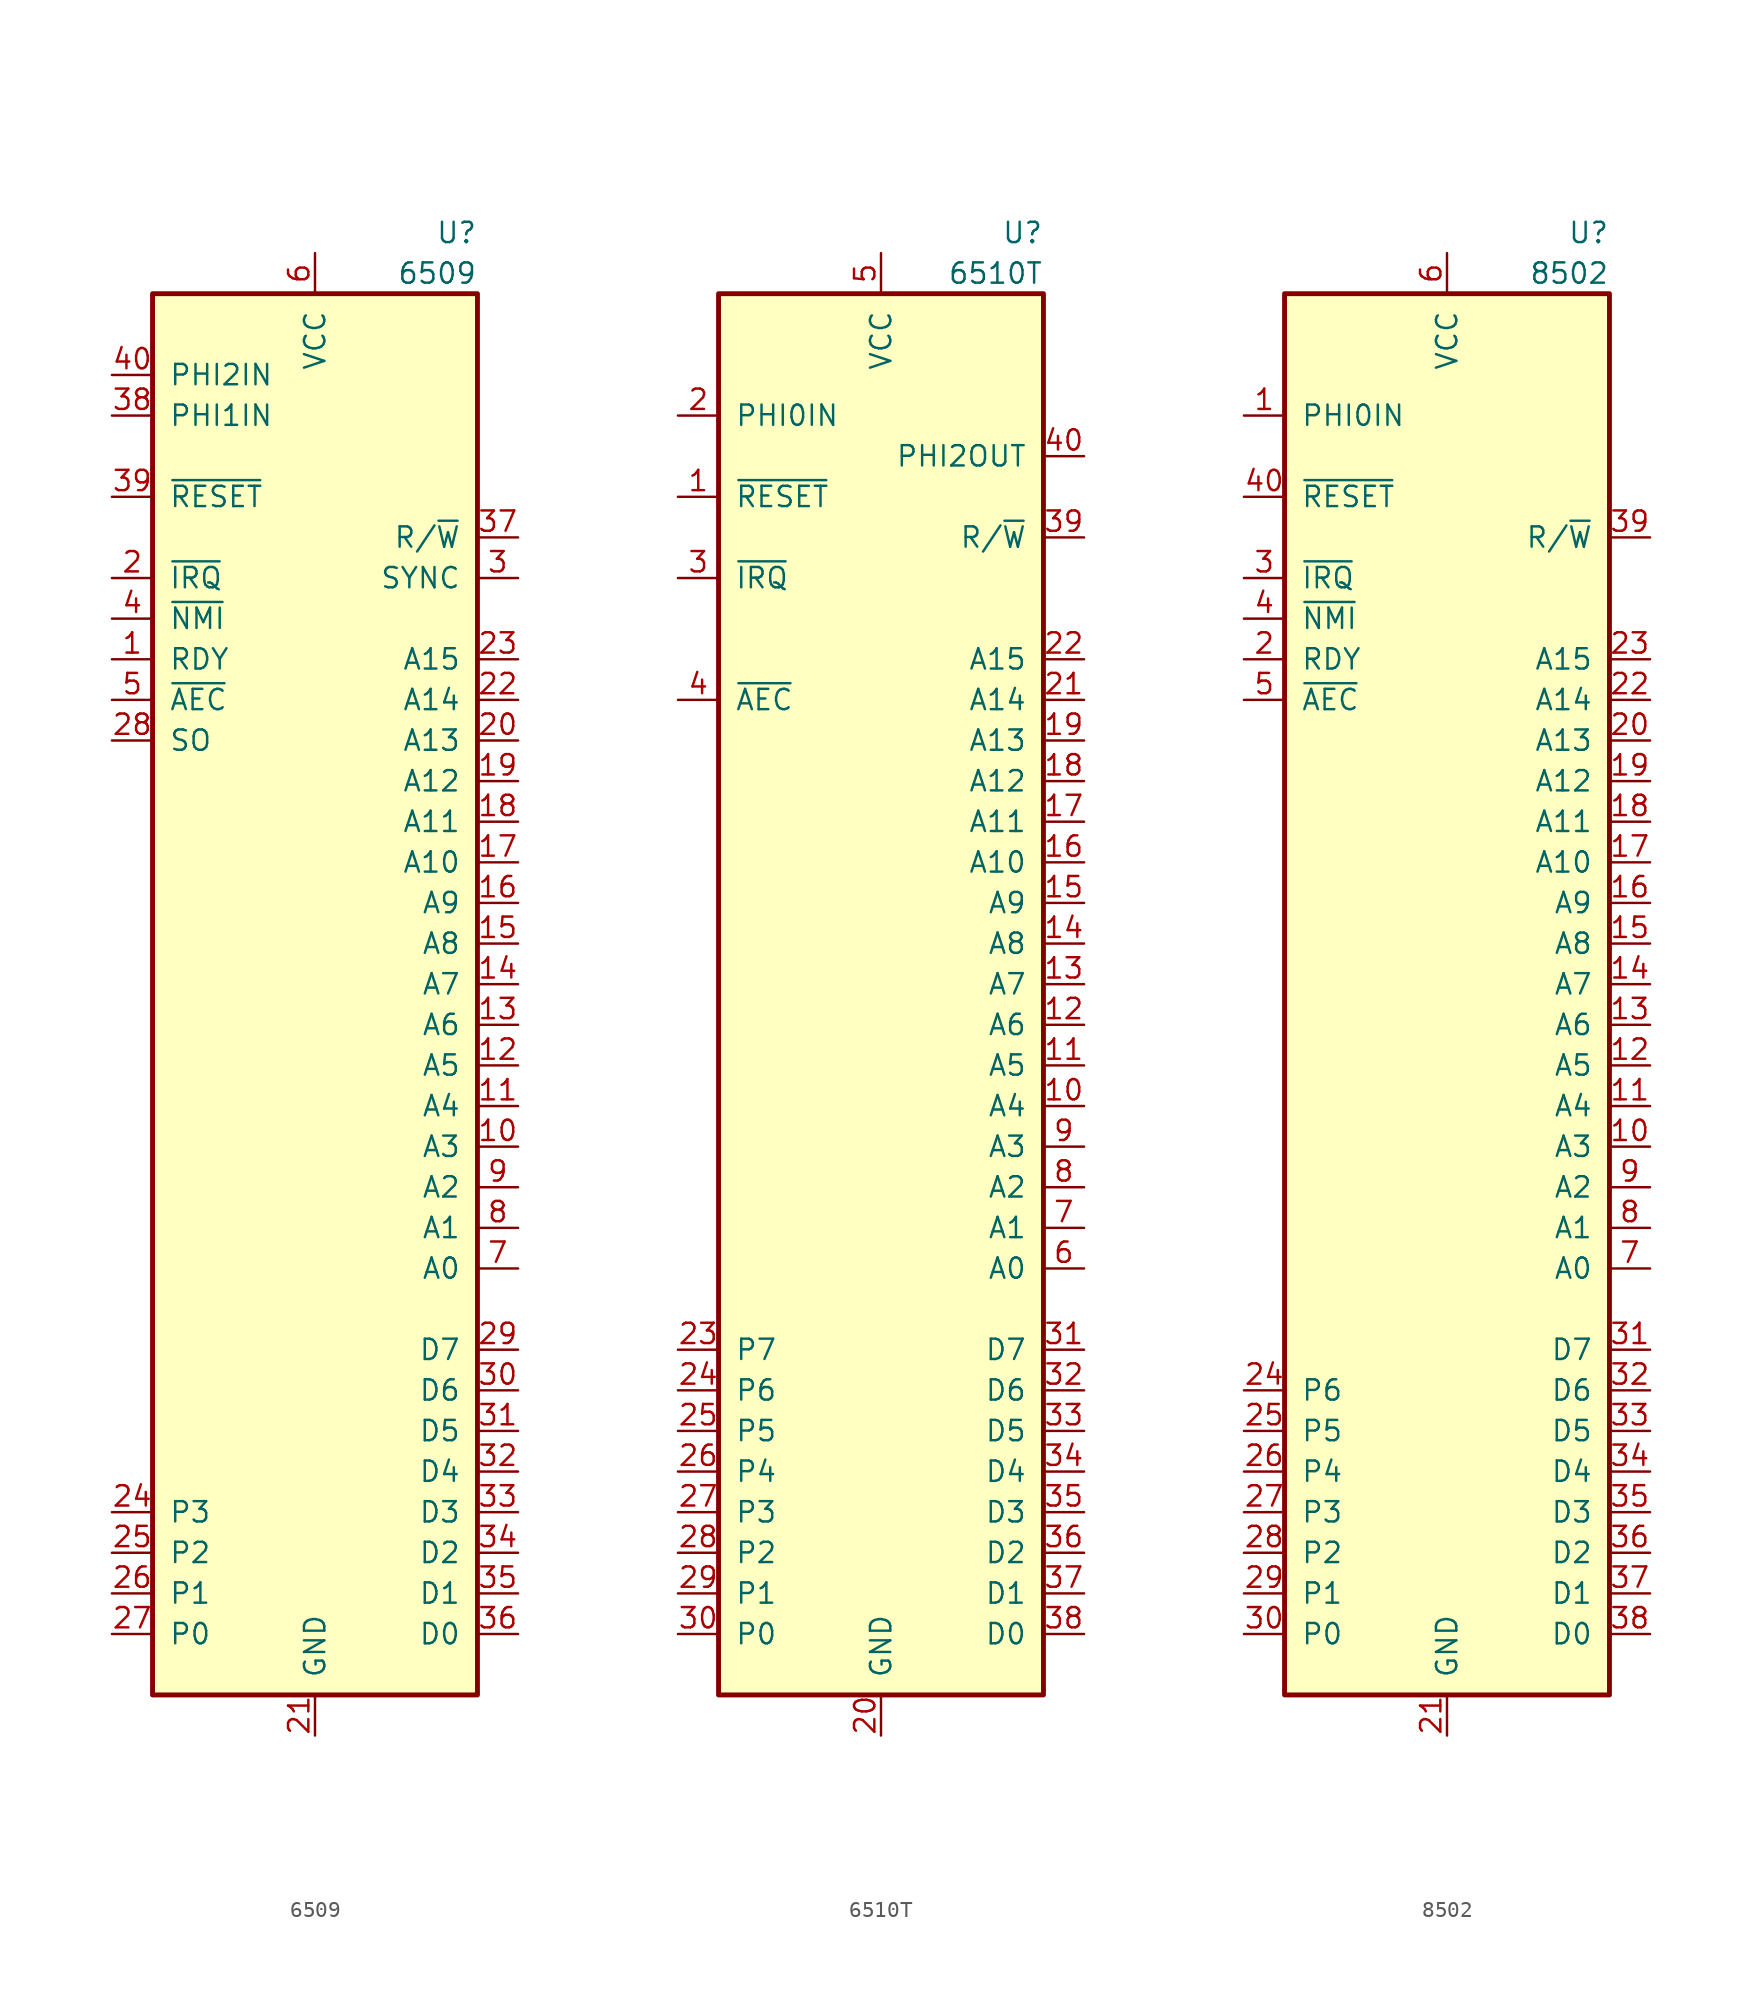
<source format=kicad_sym>
(kicad_symbol_lib
  (version 20210619)
  (generator kicad_symbol_editor)
  (symbol "6510:6509"
    (pin_names
      (offset 1.016))
    (property "Reference" "U"
      (at 10.16 49.53 0)
      (effects (font (size 1.27 1.27)) (justify right)))
    (property "Value" "6509"
      (at 10.16 46.99 0)
      (effects (font (size 1.27 1.27)) (justify right)))
    (symbol "6509_1_1"
      (rectangle (start -10.16 45.72) (end 10.16 -41.91) (stroke (width 0.305)) (fill (type background)))
      (pin input line (at -12.7 22.86 0) (length 2.54) (name "RDY" (effects (font (size 1.27 1.27)))) (number "1" (effects (font (size 1.27 1.27)))))
      (pin tri_state line (at 12.7 -7.62 180) (length 2.54) (name "A3" (effects (font (size 1.27 1.27)))) (number "10" (effects (font (size 1.27 1.27)))))
      (pin tri_state line (at 12.7 -5.08 180) (length 2.54) (name "A4" (effects (font (size 1.27 1.27)))) (number "11" (effects (font (size 1.27 1.27)))))
      (pin tri_state line (at 12.7 -2.54 180) (length 2.54) (name "A5" (effects (font (size 1.27 1.27)))) (number "12" (effects (font (size 1.27 1.27)))))
      (pin tri_state line (at 12.7 0 180) (length 2.54) (name "A6" (effects (font (size 1.27 1.27)))) (number "13" (effects (font (size 1.27 1.27)))))
      (pin tri_state line (at 12.7 2.54 180) (length 2.54) (name "A7" (effects (font (size 1.27 1.27)))) (number "14" (effects (font (size 1.27 1.27)))))
      (pin tri_state line (at 12.7 5.08 180) (length 2.54) (name "A8" (effects (font (size 1.27 1.27)))) (number "15" (effects (font (size 1.27 1.27)))))
      (pin tri_state line (at 12.7 7.62 180) (length 2.54) (name "A9" (effects (font (size 1.27 1.27)))) (number "16" (effects (font (size 1.27 1.27)))))
      (pin tri_state line (at 12.7 10.16 180) (length 2.54) (name "A10" (effects (font (size 1.27 1.27)))) (number "17" (effects (font (size 1.27 1.27)))))
      (pin tri_state line (at 12.7 12.7 180) (length 2.54) (name "A11" (effects (font (size 1.27 1.27)))) (number "18" (effects (font (size 1.27 1.27)))))
      (pin tri_state line (at 12.7 15.24 180) (length 2.54) (name "A12" (effects (font (size 1.27 1.27)))) (number "19" (effects (font (size 1.27 1.27)))))
      (pin input line (at -12.7 27.94 0) (length 2.54) (name "~{IRQ}" (effects (font (size 1.27 1.27)))) (number "2" (effects (font (size 1.27 1.27)))))
      (pin tri_state line (at 12.7 17.78 180) (length 2.54) (name "A13" (effects (font (size 1.27 1.27)))) (number "20" (effects (font (size 1.27 1.27)))))
      (pin power_in line (at 0 -44.45 90) (length 2.54) (name "GND" (effects (font (size 1.27 1.27)))) (number "21" (effects (font (size 1.27 1.27)))))
      (pin tri_state line (at 12.7 20.32 180) (length 2.54) (name "A14" (effects (font (size 1.27 1.27)))) (number "22" (effects (font (size 1.27 1.27)))))
      (pin tri_state line (at 12.7 22.86 180) (length 2.54) (name "A15" (effects (font (size 1.27 1.27)))) (number "23" (effects (font (size 1.27 1.27)))))
      (pin bidirectional line (at -12.7 -30.48 0) (length 2.54) (name "P3" (effects (font (size 1.27 1.27)))) (number "24" (effects (font (size 1.27 1.27)))))
      (pin bidirectional line (at -12.7 -33.02 0) (length 2.54) (name "P2" (effects (font (size 1.27 1.27)))) (number "25" (effects (font (size 1.27 1.27)))))
      (pin bidirectional line (at -12.7 -35.56 0) (length 2.54) (name "P1" (effects (font (size 1.27 1.27)))) (number "26" (effects (font (size 1.27 1.27)))))
      (pin bidirectional line (at -12.7 -38.1 0) (length 2.54) (name "P0" (effects (font (size 1.27 1.27)))) (number "27" (effects (font (size 1.27 1.27)))))
      (pin input line (at -12.7 17.78 0) (length 2.54) (name "SO" (effects (font (size 1.27 1.27)))) (number "28" (effects (font (size 1.27 1.27)))))
      (pin tri_state line (at 12.7 -20.32 180) (length 2.54) (name "D7" (effects (font (size 1.27 1.27)))) (number "29" (effects (font (size 1.27 1.27)))))
      (pin output line (at 12.7 27.94 180) (length 2.54) (name "SYNC" (effects (font (size 1.27 1.27)))) (number "3" (effects (font (size 1.27 1.27)))))
      (pin tri_state line (at 12.7 -22.86 180) (length 2.54) (name "D6" (effects (font (size 1.27 1.27)))) (number "30" (effects (font (size 1.27 1.27)))))
      (pin tri_state line (at 12.7 -25.4 180) (length 2.54) (name "D5" (effects (font (size 1.27 1.27)))) (number "31" (effects (font (size 1.27 1.27)))))
      (pin tri_state line (at 12.7 -27.94 180) (length 2.54) (name "D4" (effects (font (size 1.27 1.27)))) (number "32" (effects (font (size 1.27 1.27)))))
      (pin tri_state line (at 12.7 -30.48 180) (length 2.54) (name "D3" (effects (font (size 1.27 1.27)))) (number "33" (effects (font (size 1.27 1.27)))))
      (pin tri_state line (at 12.7 -33.02 180) (length 2.54) (name "D2" (effects (font (size 1.27 1.27)))) (number "34" (effects (font (size 1.27 1.27)))))
      (pin tri_state line (at 12.7 -35.56 180) (length 2.54) (name "D1" (effects (font (size 1.27 1.27)))) (number "35" (effects (font (size 1.27 1.27)))))
      (pin tri_state line (at 12.7 -38.1 180) (length 2.54) (name "D0" (effects (font (size 1.27 1.27)))) (number "36" (effects (font (size 1.27 1.27)))))
      (pin output line (at 12.7 30.48 180) (length 2.54) (name "R/~{W}" (effects (font (size 1.27 1.27)))) (number "37" (effects (font (size 1.27 1.27)))))
      (pin input line (at -12.7 38.1 0) (length 2.54) (name "PHI1IN" (effects (font (size 1.27 1.27)))) (number "38" (effects (font (size 1.27 1.27)))))
      (pin input line (at -12.7 33.02 0) (length 2.54) (name "~{RESET}" (effects (font (size 1.27 1.27)))) (number "39" (effects (font (size 1.27 1.27)))))
      (pin input line (at -12.7 25.4 0) (length 2.54) (name "~{NMI}" (effects (font (size 1.27 1.27)))) (number "4" (effects (font (size 1.27 1.27)))))
      (pin input line (at -12.7 40.64 0) (length 2.54) (name "PHI2IN" (effects (font (size 1.27 1.27)))) (number "40" (effects (font (size 1.27 1.27)))))
      (pin input line (at -12.7 20.32 0) (length 2.54) (name "~{AEC}" (effects (font (size 1.27 1.27)))) (number "5" (effects (font (size 1.27 1.27)))))
      (pin power_in line (at 0 48.26 270) (length 2.54) (name "VCC" (effects (font (size 1.27 1.27)))) (number "6" (effects (font (size 1.27 1.27)))))
      (pin tri_state line (at 12.7 -15.24 180) (length 2.54) (name "A0" (effects (font (size 1.27 1.27)))) (number "7" (effects (font (size 1.27 1.27)))))
      (pin tri_state line (at 12.7 -12.7 180) (length 2.54) (name "A1" (effects (font (size 1.27 1.27)))) (number "8" (effects (font (size 1.27 1.27)))))
      (pin tri_state line (at 12.7 -10.16 180) (length 2.54) (name "A2" (effects (font (size 1.27 1.27)))) (number "9" (effects (font (size 1.27 1.27)))))))
  (symbol "6510:6510T"
    (pin_names
      (offset 1.016))
    (property "Reference" "U"
      (at 10.16 49.53 0)
      (effects (font (size 1.27 1.27)) (justify right)))
    (property "Value" "6510T"
      (at 10.16 46.99 0)
      (effects (font (size 1.27 1.27)) (justify right)))
    (symbol "6510T_1_1"
      (rectangle (start -10.16 45.72) (end 10.16 -41.91) (stroke (width 0.305)) (fill (type background)))
      (pin input line (at -12.7 33.02 0) (length 2.54) (name "~{RESET}" (effects (font (size 1.27 1.27)))) (number "1" (effects (font (size 1.27 1.27)))))
      (pin tri_state line (at 12.7 -5.08 180) (length 2.54) (name "A4" (effects (font (size 1.27 1.27)))) (number "10" (effects (font (size 1.27 1.27)))))
      (pin tri_state line (at 12.7 -2.54 180) (length 2.54) (name "A5" (effects (font (size 1.27 1.27)))) (number "11" (effects (font (size 1.27 1.27)))))
      (pin tri_state line (at 12.7 0 180) (length 2.54) (name "A6" (effects (font (size 1.27 1.27)))) (number "12" (effects (font (size 1.27 1.27)))))
      (pin tri_state line (at 12.7 2.54 180) (length 2.54) (name "A7" (effects (font (size 1.27 1.27)))) (number "13" (effects (font (size 1.27 1.27)))))
      (pin tri_state line (at 12.7 5.08 180) (length 2.54) (name "A8" (effects (font (size 1.27 1.27)))) (number "14" (effects (font (size 1.27 1.27)))))
      (pin tri_state line (at 12.7 7.62 180) (length 2.54) (name "A9" (effects (font (size 1.27 1.27)))) (number "15" (effects (font (size 1.27 1.27)))))
      (pin tri_state line (at 12.7 10.16 180) (length 2.54) (name "A10" (effects (font (size 1.27 1.27)))) (number "16" (effects (font (size 1.27 1.27)))))
      (pin tri_state line (at 12.7 12.7 180) (length 2.54) (name "A11" (effects (font (size 1.27 1.27)))) (number "17" (effects (font (size 1.27 1.27)))))
      (pin tri_state line (at 12.7 15.24 180) (length 2.54) (name "A12" (effects (font (size 1.27 1.27)))) (number "18" (effects (font (size 1.27 1.27)))))
      (pin tri_state line (at 12.7 17.78 180) (length 2.54) (name "A13" (effects (font (size 1.27 1.27)))) (number "19" (effects (font (size 1.27 1.27)))))
      (pin input line (at -12.7 38.1 0) (length 2.54) (name "PHI0IN" (effects (font (size 1.27 1.27)))) (number "2" (effects (font (size 1.27 1.27)))))
      (pin power_in line (at 0 -44.45 90) (length 2.54) (name "GND" (effects (font (size 1.27 1.27)))) (number "20" (effects (font (size 1.27 1.27)))))
      (pin tri_state line (at 12.7 20.32 180) (length 2.54) (name "A14" (effects (font (size 1.27 1.27)))) (number "21" (effects (font (size 1.27 1.27)))))
      (pin tri_state line (at 12.7 22.86 180) (length 2.54) (name "A15" (effects (font (size 1.27 1.27)))) (number "22" (effects (font (size 1.27 1.27)))))
      (pin bidirectional line (at -12.7 -20.32 0) (length 2.54) (name "P7" (effects (font (size 1.27 1.27)))) (number "23" (effects (font (size 1.27 1.27)))))
      (pin bidirectional line (at -12.7 -22.86 0) (length 2.54) (name "P6" (effects (font (size 1.27 1.27)))) (number "24" (effects (font (size 1.27 1.27)))))
      (pin bidirectional line (at -12.7 -25.4 0) (length 2.54) (name "P5" (effects (font (size 1.27 1.27)))) (number "25" (effects (font (size 1.27 1.27)))))
      (pin bidirectional line (at -12.7 -27.94 0) (length 2.54) (name "P4" (effects (font (size 1.27 1.27)))) (number "26" (effects (font (size 1.27 1.27)))))
      (pin bidirectional line (at -12.7 -30.48 0) (length 2.54) (name "P3" (effects (font (size 1.27 1.27)))) (number "27" (effects (font (size 1.27 1.27)))))
      (pin bidirectional line (at -12.7 -33.02 0) (length 2.54) (name "P2" (effects (font (size 1.27 1.27)))) (number "28" (effects (font (size 1.27 1.27)))))
      (pin bidirectional line (at -12.7 -35.56 0) (length 2.54) (name "P1" (effects (font (size 1.27 1.27)))) (number "29" (effects (font (size 1.27 1.27)))))
      (pin input line (at -12.7 27.94 0) (length 2.54) (name "~{IRQ}" (effects (font (size 1.27 1.27)))) (number "3" (effects (font (size 1.27 1.27)))))
      (pin bidirectional line (at -12.7 -38.1 0) (length 2.54) (name "P0" (effects (font (size 1.27 1.27)))) (number "30" (effects (font (size 1.27 1.27)))))
      (pin tri_state line (at 12.7 -20.32 180) (length 2.54) (name "D7" (effects (font (size 1.27 1.27)))) (number "31" (effects (font (size 1.27 1.27)))))
      (pin tri_state line (at 12.7 -22.86 180) (length 2.54) (name "D6" (effects (font (size 1.27 1.27)))) (number "32" (effects (font (size 1.27 1.27)))))
      (pin tri_state line (at 12.7 -25.4 180) (length 2.54) (name "D5" (effects (font (size 1.27 1.27)))) (number "33" (effects (font (size 1.27 1.27)))))
      (pin tri_state line (at 12.7 -27.94 180) (length 2.54) (name "D4" (effects (font (size 1.27 1.27)))) (number "34" (effects (font (size 1.27 1.27)))))
      (pin tri_state line (at 12.7 -30.48 180) (length 2.54) (name "D3" (effects (font (size 1.27 1.27)))) (number "35" (effects (font (size 1.27 1.27)))))
      (pin tri_state line (at 12.7 -33.02 180) (length 2.54) (name "D2" (effects (font (size 1.27 1.27)))) (number "36" (effects (font (size 1.27 1.27)))))
      (pin tri_state line (at 12.7 -35.56 180) (length 2.54) (name "D1" (effects (font (size 1.27 1.27)))) (number "37" (effects (font (size 1.27 1.27)))))
      (pin tri_state line (at 12.7 -38.1 180) (length 2.54) (name "D0" (effects (font (size 1.27 1.27)))) (number "38" (effects (font (size 1.27 1.27)))))
      (pin output line (at 12.7 30.48 180) (length 2.54) (name "R/~{W}" (effects (font (size 1.27 1.27)))) (number "39" (effects (font (size 1.27 1.27)))))
      (pin input line (at -12.7 20.32 0) (length 2.54) (name "~{AEC}" (effects (font (size 1.27 1.27)))) (number "4" (effects (font (size 1.27 1.27)))))
      (pin output line (at 12.7 35.56 180) (length 2.54) (name "PHI2OUT" (effects (font (size 1.27 1.27)))) (number "40" (effects (font (size 1.27 1.27)))))
      (pin power_in line (at 0 48.26 270) (length 2.54) (name "VCC" (effects (font (size 1.27 1.27)))) (number "5" (effects (font (size 1.27 1.27)))))
      (pin tri_state line (at 12.7 -15.24 180) (length 2.54) (name "A0" (effects (font (size 1.27 1.27)))) (number "6" (effects (font (size 1.27 1.27)))))
      (pin tri_state line (at 12.7 -12.7 180) (length 2.54) (name "A1" (effects (font (size 1.27 1.27)))) (number "7" (effects (font (size 1.27 1.27)))))
      (pin tri_state line (at 12.7 -10.16 180) (length 2.54) (name "A2" (effects (font (size 1.27 1.27)))) (number "8" (effects (font (size 1.27 1.27)))))
      (pin tri_state line (at 12.7 -7.62 180) (length 2.54) (name "A3" (effects (font (size 1.27 1.27)))) (number "9" (effects (font (size 1.27 1.27)))))))
  (symbol "6510:8502"
    (pin_names
      (offset 1.016))
    (property "Reference" "U"
      (at 10.16 49.53 0)
      (effects (font (size 1.27 1.27)) (justify right)))
    (property "Value" "8502"
      (at 10.16 46.99 0)
      (effects (font (size 1.27 1.27)) (justify right)))
    (symbol "8502_1_1"
      (rectangle (start -10.16 45.72) (end 10.16 -41.91) (stroke (width 0.305)) (fill (type background)))
      (pin input line (at -12.7 38.1 0) (length 2.54) (name "PHI0IN" (effects (font (size 1.27 1.27)))) (number "1" (effects (font (size 1.27 1.27)))))
      (pin tri_state line (at 12.7 -7.62 180) (length 2.54) (name "A3" (effects (font (size 1.27 1.27)))) (number "10" (effects (font (size 1.27 1.27)))))
      (pin tri_state line (at 12.7 -5.08 180) (length 2.54) (name "A4" (effects (font (size 1.27 1.27)))) (number "11" (effects (font (size 1.27 1.27)))))
      (pin tri_state line (at 12.7 -2.54 180) (length 2.54) (name "A5" (effects (font (size 1.27 1.27)))) (number "12" (effects (font (size 1.27 1.27)))))
      (pin tri_state line (at 12.7 0 180) (length 2.54) (name "A6" (effects (font (size 1.27 1.27)))) (number "13" (effects (font (size 1.27 1.27)))))
      (pin tri_state line (at 12.7 2.54 180) (length 2.54) (name "A7" (effects (font (size 1.27 1.27)))) (number "14" (effects (font (size 1.27 1.27)))))
      (pin tri_state line (at 12.7 5.08 180) (length 2.54) (name "A8" (effects (font (size 1.27 1.27)))) (number "15" (effects (font (size 1.27 1.27)))))
      (pin tri_state line (at 12.7 7.62 180) (length 2.54) (name "A9" (effects (font (size 1.27 1.27)))) (number "16" (effects (font (size 1.27 1.27)))))
      (pin tri_state line (at 12.7 10.16 180) (length 2.54) (name "A10" (effects (font (size 1.27 1.27)))) (number "17" (effects (font (size 1.27 1.27)))))
      (pin tri_state line (at 12.7 12.7 180) (length 2.54) (name "A11" (effects (font (size 1.27 1.27)))) (number "18" (effects (font (size 1.27 1.27)))))
      (pin tri_state line (at 12.7 15.24 180) (length 2.54) (name "A12" (effects (font (size 1.27 1.27)))) (number "19" (effects (font (size 1.27 1.27)))))
      (pin input line (at -12.7 22.86 0) (length 2.54) (name "RDY" (effects (font (size 1.27 1.27)))) (number "2" (effects (font (size 1.27 1.27)))))
      (pin tri_state line (at 12.7 17.78 180) (length 2.54) (name "A13" (effects (font (size 1.27 1.27)))) (number "20" (effects (font (size 1.27 1.27)))))
      (pin power_in line (at 0 -44.45 90) (length 2.54) (name "GND" (effects (font (size 1.27 1.27)))) (number "21" (effects (font (size 1.27 1.27)))))
      (pin tri_state line (at 12.7 20.32 180) (length 2.54) (name "A14" (effects (font (size 1.27 1.27)))) (number "22" (effects (font (size 1.27 1.27)))))
      (pin tri_state line (at 12.7 22.86 180) (length 2.54) (name "A15" (effects (font (size 1.27 1.27)))) (number "23" (effects (font (size 1.27 1.27)))))
      (pin bidirectional line (at -12.7 -22.86 0) (length 2.54) (name "P6" (effects (font (size 1.27 1.27)))) (number "24" (effects (font (size 1.27 1.27)))))
      (pin bidirectional line (at -12.7 -25.4 0) (length 2.54) (name "P5" (effects (font (size 1.27 1.27)))) (number "25" (effects (font (size 1.27 1.27)))))
      (pin bidirectional line (at -12.7 -27.94 0) (length 2.54) (name "P4" (effects (font (size 1.27 1.27)))) (number "26" (effects (font (size 1.27 1.27)))))
      (pin bidirectional line (at -12.7 -30.48 0) (length 2.54) (name "P3" (effects (font (size 1.27 1.27)))) (number "27" (effects (font (size 1.27 1.27)))))
      (pin bidirectional line (at -12.7 -33.02 0) (length 2.54) (name "P2" (effects (font (size 1.27 1.27)))) (number "28" (effects (font (size 1.27 1.27)))))
      (pin bidirectional line (at -12.7 -35.56 0) (length 2.54) (name "P1" (effects (font (size 1.27 1.27)))) (number "29" (effects (font (size 1.27 1.27)))))
      (pin input line (at -12.7 27.94 0) (length 2.54) (name "~{IRQ}" (effects (font (size 1.27 1.27)))) (number "3" (effects (font (size 1.27 1.27)))))
      (pin bidirectional line (at -12.7 -38.1 0) (length 2.54) (name "P0" (effects (font (size 1.27 1.27)))) (number "30" (effects (font (size 1.27 1.27)))))
      (pin tri_state line (at 12.7 -20.32 180) (length 2.54) (name "D7" (effects (font (size 1.27 1.27)))) (number "31" (effects (font (size 1.27 1.27)))))
      (pin tri_state line (at 12.7 -22.86 180) (length 2.54) (name "D6" (effects (font (size 1.27 1.27)))) (number "32" (effects (font (size 1.27 1.27)))))
      (pin tri_state line (at 12.7 -25.4 180) (length 2.54) (name "D5" (effects (font (size 1.27 1.27)))) (number "33" (effects (font (size 1.27 1.27)))))
      (pin tri_state line (at 12.7 -27.94 180) (length 2.54) (name "D4" (effects (font (size 1.27 1.27)))) (number "34" (effects (font (size 1.27 1.27)))))
      (pin tri_state line (at 12.7 -30.48 180) (length 2.54) (name "D3" (effects (font (size 1.27 1.27)))) (number "35" (effects (font (size 1.27 1.27)))))
      (pin tri_state line (at 12.7 -33.02 180) (length 2.54) (name "D2" (effects (font (size 1.27 1.27)))) (number "36" (effects (font (size 1.27 1.27)))))
      (pin tri_state line (at 12.7 -35.56 180) (length 2.54) (name "D1" (effects (font (size 1.27 1.27)))) (number "37" (effects (font (size 1.27 1.27)))))
      (pin tri_state line (at 12.7 -38.1 180) (length 2.54) (name "D0" (effects (font (size 1.27 1.27)))) (number "38" (effects (font (size 1.27 1.27)))))
      (pin output line (at 12.7 30.48 180) (length 2.54) (name "R/~{W}" (effects (font (size 1.27 1.27)))) (number "39" (effects (font (size 1.27 1.27)))))
      (pin input line (at -12.7 25.4 0) (length 2.54) (name "~{NMI}" (effects (font (size 1.27 1.27)))) (number "4" (effects (font (size 1.27 1.27)))))
      (pin input line (at -12.7 33.02 0) (length 2.54) (name "~{RESET}" (effects (font (size 1.27 1.27)))) (number "40" (effects (font (size 1.27 1.27)))))
      (pin input line (at -12.7 20.32 0) (length 2.54) (name "~{AEC}" (effects (font (size 1.27 1.27)))) (number "5" (effects (font (size 1.27 1.27)))))
      (pin power_in line (at 0 48.26 270) (length 2.54) (name "VCC" (effects (font (size 1.27 1.27)))) (number "6" (effects (font (size 1.27 1.27)))))
      (pin tri_state line (at 12.7 -15.24 180) (length 2.54) (name "A0" (effects (font (size 1.27 1.27)))) (number "7" (effects (font (size 1.27 1.27)))))
      (pin tri_state line (at 12.7 -12.7 180) (length 2.54) (name "A1" (effects (font (size 1.27 1.27)))) (number "8" (effects (font (size 1.27 1.27)))))
      (pin tri_state line (at 12.7 -10.16 180) (length 2.54) (name "A2" (effects (font (size 1.27 1.27)))) (number "9" (effects (font (size 1.27 1.27))))))))
</source>
